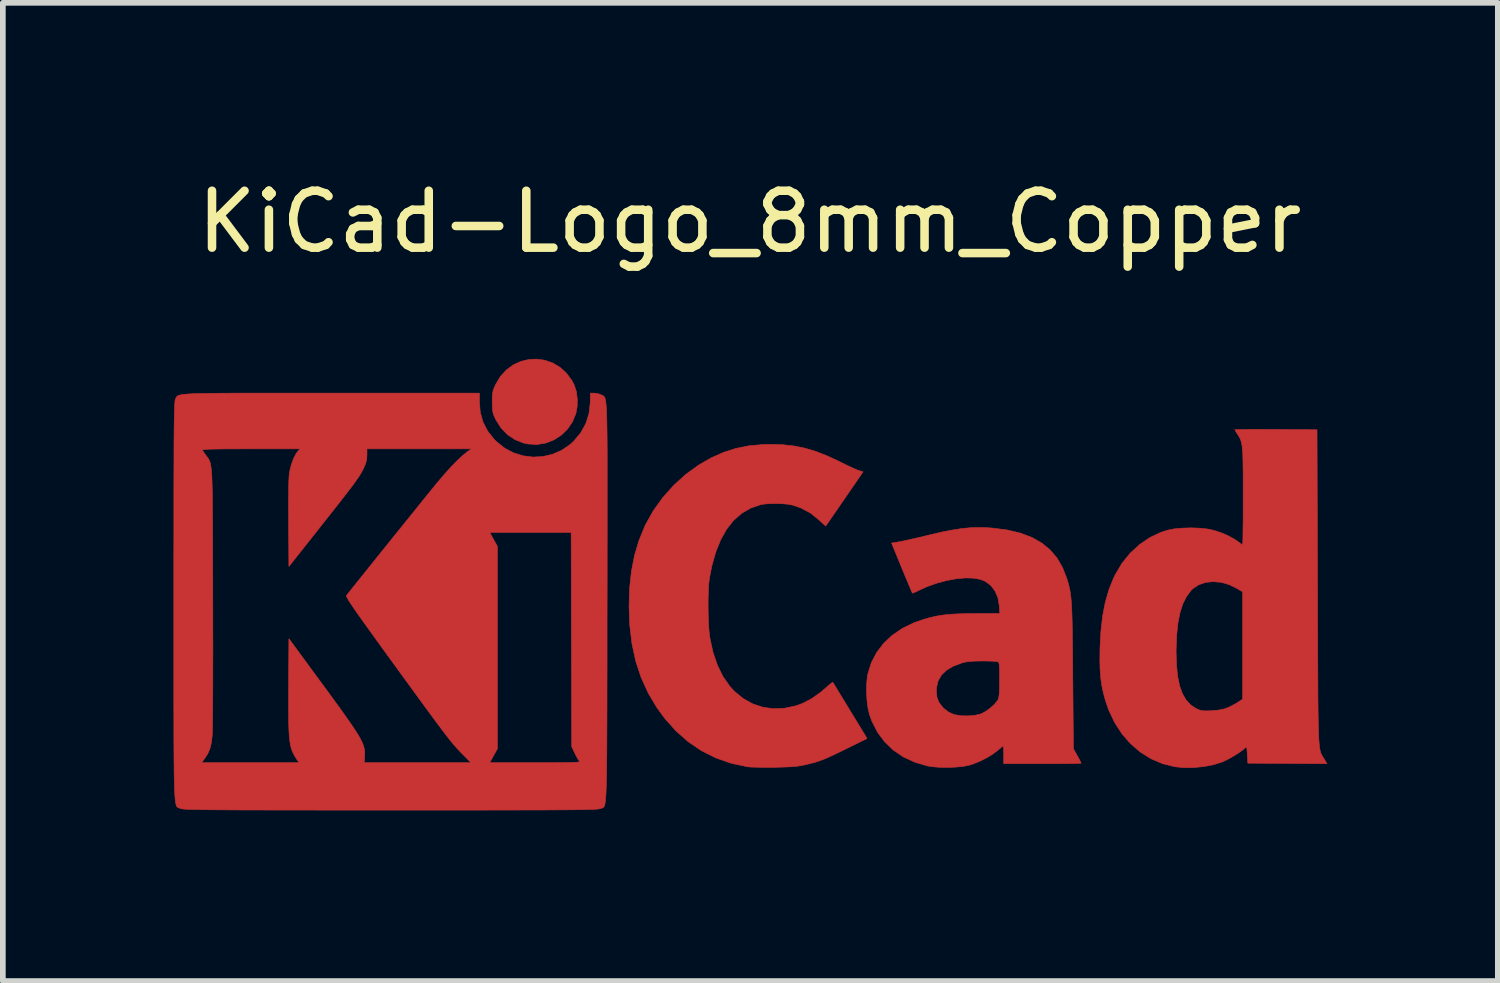
<source format=kicad_pcb>
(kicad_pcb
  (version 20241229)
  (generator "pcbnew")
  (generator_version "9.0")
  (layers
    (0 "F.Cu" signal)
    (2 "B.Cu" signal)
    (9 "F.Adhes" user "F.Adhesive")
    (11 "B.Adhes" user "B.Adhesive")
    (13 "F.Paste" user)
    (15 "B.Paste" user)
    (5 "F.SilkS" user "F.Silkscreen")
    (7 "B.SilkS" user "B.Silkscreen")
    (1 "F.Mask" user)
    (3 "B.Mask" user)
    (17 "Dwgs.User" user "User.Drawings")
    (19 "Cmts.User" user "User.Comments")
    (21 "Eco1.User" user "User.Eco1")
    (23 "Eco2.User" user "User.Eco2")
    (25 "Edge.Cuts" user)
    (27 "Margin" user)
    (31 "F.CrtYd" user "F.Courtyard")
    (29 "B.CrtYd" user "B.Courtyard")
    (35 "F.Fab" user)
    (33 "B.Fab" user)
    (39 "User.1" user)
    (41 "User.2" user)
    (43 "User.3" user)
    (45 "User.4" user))
  (footprint "KiCad-Logo_8mm_Copper"
    (layer "F.Cu")
    (at 10.129 7.198)
    (property "Reference" "KiCad-Logo_8mm_Copper" (at 0 -6.35 0) (layer "F.SilkS") (effects (font (size 1 1) (thickness 0.15))))
    (attr exclude_from_pos_files exclude_from_bom allow_missing_courtyard)
    (fp_poly (pts (xy -3.602 -3.916) (xy -3.466 -3.869) (xy -3.339 -3.794) (xy -3.226 -3.693) (xy -3.13 -3.564) (xy -3.087 -3.483) (xy -3.05 -3.37) (xy -3.032 -3.239) (xy -3.034 -3.105) (xy -3.056 -2.983) (xy -3.117 -2.834) (xy -3.205 -2.705) (xy -3.315 -2.598) (xy -3.444 -2.516) (xy -3.587 -2.461) (xy -3.739 -2.436) (xy -3.896 -2.444) (xy -3.973 -2.46) (xy -4.124 -2.519) (xy -4.258 -2.608) (xy -4.372 -2.726) (xy -4.463 -2.869) (xy -4.47 -2.885) (xy -4.497 -2.943) (xy -4.513 -2.993) (xy -4.522 -3.045) (xy -4.526 -3.111) (xy -4.527 -3.184) (xy -4.526 -3.271) (xy -4.521 -3.334) (xy -4.511 -3.385) (xy -4.492 -3.436) (xy -4.469 -3.487) (xy -4.384 -3.63) (xy -4.279 -3.745) (xy -4.158 -3.834) (xy -4.026 -3.895) (xy -3.886 -3.929) (xy -3.744 -3.936) (xy -3.602 -3.916)) (stroke (width 0.01) (type solid)) (fill yes) (layer "F.Cu"))
    (fp_poly (pts (xy 0.581 -2.431) (xy 0.777 -2.409) (xy 0.967 -2.371) (xy 1.158 -2.314) (xy 1.358 -2.236) (xy 1.576 -2.135) (xy 1.615 -2.115) (xy 1.705 -2.071) (xy 1.79 -2.031) (xy 1.861 -1.999) (xy 1.91 -1.979) (xy 1.918 -1.977) (xy 1.991 -1.955) (xy 1.665 -1.481) (xy 1.585 -1.365) (xy 1.512 -1.259) (xy 1.449 -1.167) (xy 1.397 -1.092) (xy 1.359 -1.038) (xy 1.339 -1.008) (xy 1.335 -1.003) (xy 1.322 -1.013) (xy 1.288 -1.043) (xy 1.24 -1.087) (xy 1.214 -1.112) (xy 1.065 -1.231) (xy 0.897 -1.321) (xy 0.753 -1.37) (xy 0.666 -1.386) (xy 0.558 -1.395) (xy 0.44 -1.398) (xy 0.326 -1.395) (xy 0.229 -1.385) (xy 0.19 -1.378) (xy 0.015 -1.317) (xy -0.143 -1.225) (xy -0.284 -1.102) (xy -0.407 -0.947) (xy -0.512 -0.76) (xy -0.599 -0.543) (xy -0.669 -0.294) (xy -0.71 -0.082) (xy -0.721 0.012) (xy -0.728 0.134) (xy -0.732 0.273) (xy -0.733 0.423) (xy -0.73 0.575) (xy -0.725 0.718) (xy -0.716 0.846) (xy -0.704 0.949) (xy -0.702 0.964) (xy -0.646 1.22) (xy -0.569 1.445) (xy -0.472 1.643) (xy -0.353 1.813) (xy -0.269 1.905) (xy -0.117 2.03) (xy 0.049 2.123) (xy 0.227 2.182) (xy 0.414 2.209) (xy 0.607 2.201) (xy 0.803 2.16) (xy 0.92 2.119) (xy 1.08 2.037) (xy 1.246 1.92) (xy 1.339 1.84) (xy 1.391 1.794) (xy 1.432 1.761) (xy 1.455 1.745) (xy 1.458 1.744) (xy 1.469 1.761) (xy 1.496 1.804) (xy 1.537 1.872) (xy 1.59 1.959) (xy 1.653 2.062) (xy 1.723 2.177) (xy 1.762 2.241) (xy 2.061 2.732) (xy 1.688 2.916) (xy 1.553 2.982) (xy 1.444 3.034) (xy 1.354 3.075) (xy 1.276 3.107) (xy 1.203 3.133) (xy 1.13 3.155) (xy 1.049 3.176) (xy 0.971 3.195) (xy 0.901 3.209) (xy 0.829 3.22) (xy 0.746 3.228) (xy 0.645 3.233) (xy 0.52 3.237) (xy 0.435 3.239) (xy 0.315 3.24) (xy 0.199 3.239) (xy 0.096 3.237) (xy 0.013 3.234) (xy -0.042 3.229) (xy -0.045 3.228) (xy -0.33 3.167) (xy -0.598 3.073) (xy -0.848 2.948) (xy -1.08 2.791) (xy -1.295 2.602) (xy -1.492 2.382) (xy -1.635 2.186) (xy -1.787 1.93) (xy -1.91 1.659) (xy -2.005 1.372) (xy -2.071 1.066) (xy -2.11 0.74) (xy -2.122 0.408) (xy -2.112 0.087) (xy -2.08 -0.209) (xy -2.026 -0.486) (xy -1.948 -0.747) (xy -1.845 -0.999) (xy -1.833 -1.025) (xy -1.697 -1.268) (xy -1.531 -1.5) (xy -1.338 -1.716) (xy -1.125 -1.91) (xy -0.894 -2.077) (xy -0.679 -2.2) (xy -0.462 -2.297) (xy -0.244 -2.366) (xy -0.018 -2.412) (xy 0.226 -2.434) (xy 0.372 -2.437) (xy 0.581 -2.431)) (stroke (width 0.01) (type solid)) (fill yes) (layer "F.Cu"))
    (fp_poly (pts (xy 9.042 -2.7) (xy 9.196 -2.699) (xy 9.248 -2.699) (xy 9.97 -2.694) (xy 9.979 0.073) (xy 9.98 0.448) (xy 9.981 0.788) (xy 9.982 1.096) (xy 9.983 1.373) (xy 9.984 1.621) (xy 9.985 1.841) (xy 9.986 2.036) (xy 9.988 2.206) (xy 9.99 2.354) (xy 9.993 2.482) (xy 9.996 2.592) (xy 9.999 2.684) (xy 10.003 2.761) (xy 10.008 2.825) (xy 10.013 2.877) (xy 10.02 2.92) (xy 10.027 2.954) (xy 10.035 2.982) (xy 10.044 3.005) (xy 10.055 3.026) (xy 10.066 3.045) (xy 10.079 3.066) (xy 10.093 3.089) (xy 10.096 3.093) (xy 10.144 3.175) (xy 8.754 3.166) (xy 8.745 3.013) (xy 8.74 2.94) (xy 8.735 2.898) (xy 8.728 2.881) (xy 8.717 2.884) (xy 8.709 2.894) (xy 8.67 2.929) (xy 8.608 2.975) (xy 8.531 3.025) (xy 8.447 3.074) (xy 8.365 3.117) (xy 8.302 3.145) (xy 8.155 3.192) (xy 7.986 3.225) (xy 7.808 3.243) (xy 7.633 3.245) (xy 7.474 3.229) (xy 7.472 3.229) (xy 7.254 3.174) (xy 7.05 3.087) (xy 6.863 2.97) (xy 6.693 2.824) (xy 6.542 2.651) (xy 6.414 2.453) (xy 6.309 2.232) (xy 6.252 2.068) (xy 6.215 1.931) (xy 6.187 1.799) (xy 6.168 1.663) (xy 6.157 1.514) (xy 6.153 1.347) (xy 6.155 1.209) (xy 7.493 1.209) (xy 7.5 1.439) (xy 7.52 1.637) (xy 7.554 1.805) (xy 7.603 1.943) (xy 7.668 2.055) (xy 7.748 2.142) (xy 7.842 2.204) (xy 7.89 2.227) (xy 7.932 2.24) (xy 7.979 2.247) (xy 8.042 2.247) (xy 8.11 2.245) (xy 8.243 2.233) (xy 8.349 2.21) (xy 8.382 2.198) (xy 8.458 2.164) (xy 8.538 2.121) (xy 8.572 2.1) (xy 8.663 2.041) (xy 8.663 0.155) (xy 8.563 0.095) (xy 8.424 0.027) (xy 8.282 -0.013) (xy 8.142 -0.025) (xy 8.009 -0.011) (xy 7.889 0.031) (xy 7.787 0.099) (xy 7.754 0.131) (xy 7.675 0.239) (xy 7.61 0.368) (xy 7.561 0.523) (xy 7.525 0.704) (xy 7.503 0.915) (xy 7.494 1.157) (xy 7.493 1.209) (xy 6.155 1.209) (xy 6.155 1.152) (xy 6.171 0.854) (xy 6.201 0.584) (xy 6.248 0.34) (xy 6.312 0.118) (xy 6.394 -0.087) (xy 6.424 -0.148) (xy 6.542 -0.347) (xy 6.684 -0.523) (xy 6.848 -0.674) (xy 7.029 -0.798) (xy 7.225 -0.891) (xy 7.343 -0.929) (xy 7.458 -0.952) (xy 7.597 -0.965) (xy 7.748 -0.97) (xy 7.898 -0.965) (xy 8.038 -0.951) (xy 8.15 -0.928) (xy 8.283 -0.885) (xy 8.412 -0.829) (xy 8.525 -0.767) (xy 8.585 -0.725) (xy 8.627 -0.693) (xy 8.656 -0.674) (xy 8.662 -0.671) (xy 8.664 -0.689) (xy 8.666 -0.739) (xy 8.668 -0.819) (xy 8.669 -0.924) (xy 8.671 -1.051) (xy 8.672 -1.197) (xy 8.672 -1.357) (xy 8.672 -1.521) (xy 8.672 -1.731) (xy 8.672 -1.908) (xy 8.67 -2.055) (xy 8.668 -2.176) (xy 8.665 -2.274) (xy 8.659 -2.353) (xy 8.652 -2.416) (xy 8.643 -2.467) (xy 8.631 -2.508) (xy 8.616 -2.543) (xy 8.598 -2.576) (xy 8.577 -2.61) (xy 8.574 -2.614) (xy 8.546 -2.658) (xy 8.529 -2.688) (xy 8.527 -2.694) (xy 8.545 -2.696) (xy 8.595 -2.698) (xy 8.673 -2.699) (xy 8.776 -2.7) (xy 8.9 -2.7) (xy 9.042 -2.7)) (stroke (width 0.01) (type solid)) (fill yes) (layer "F.Cu"))
    (fp_poly (pts (xy 4.186 -0.972) (xy 4.276 -0.965) (xy 4.533 -0.931) (xy 4.76 -0.877) (xy 4.96 -0.801) (xy 5.132 -0.703) (xy 5.278 -0.583) (xy 5.4 -0.44) (xy 5.497 -0.272) (xy 5.568 -0.091) (xy 5.586 -0.033) (xy 5.602 0.021) (xy 5.615 0.075) (xy 5.627 0.13) (xy 5.637 0.191) (xy 5.645 0.26) (xy 5.652 0.339) (xy 5.657 0.433) (xy 5.662 0.543) (xy 5.666 0.672) (xy 5.669 0.825) (xy 5.671 1.003) (xy 5.674 1.209) (xy 5.676 1.447) (xy 5.677 1.633) (xy 5.688 2.912) (xy 5.756 3.035) (xy 5.788 3.094) (xy 5.812 3.14) (xy 5.823 3.165) (xy 5.824 3.167) (xy 5.806 3.168) (xy 5.757 3.17) (xy 5.678 3.172) (xy 5.576 3.173) (xy 5.453 3.174) (xy 5.314 3.175) (xy 5.162 3.175) (xy 5.144 3.175) (xy 4.463 3.175) (xy 4.463 3.021) (xy 4.462 2.951) (xy 4.459 2.898) (xy 4.454 2.869) (xy 4.452 2.867) (xy 4.434 2.878) (xy 4.397 2.907) (xy 4.349 2.948) (xy 4.348 2.949) (xy 4.26 3.014) (xy 4.149 3.08) (xy 4.028 3.139) (xy 3.908 3.186) (xy 3.855 3.202) (xy 3.751 3.222) (xy 3.622 3.235) (xy 3.481 3.241) (xy 3.34 3.239) (xy 3.211 3.228) (xy 3.121 3.214) (xy 2.899 3.148) (xy 2.699 3.056) (xy 2.522 2.936) (xy 2.371 2.791) (xy 2.245 2.622) (xy 2.147 2.43) (xy 2.104 2.313) (xy 2.078 2.2) (xy 2.06 2.064) (xy 2.052 1.917) (xy 2.052 1.896) (xy 3.279 1.896) (xy 3.289 2.005) (xy 3.323 2.095) (xy 3.386 2.179) (xy 3.41 2.204) (xy 3.496 2.27) (xy 3.594 2.313) (xy 3.713 2.333) (xy 3.837 2.335) (xy 3.956 2.325) (xy 4.046 2.305) (xy 4.086 2.29) (xy 4.156 2.25) (xy 4.232 2.194) (xy 4.3 2.131) (xy 4.351 2.07) (xy 4.365 2.047) (xy 4.375 2.016) (xy 4.383 1.967) (xy 4.388 1.894) (xy 4.39 1.793) (xy 4.391 1.697) (xy 4.39 1.585) (xy 4.389 1.504) (xy 4.386 1.449) (xy 4.381 1.414) (xy 4.373 1.394) (xy 4.362 1.384) (xy 4.359 1.383) (xy 4.33 1.378) (xy 4.272 1.374) (xy 4.193 1.371) (xy 4.102 1.37) (xy 4.082 1.37) (xy 3.96 1.372) (xy 3.866 1.378) (xy 3.791 1.388) (xy 3.729 1.404) (xy 3.575 1.462) (xy 3.455 1.533) (xy 3.367 1.619) (xy 3.309 1.721) (xy 3.282 1.839) (xy 3.279 1.896) (xy 2.052 1.896) (xy 2.054 1.774) (xy 2.066 1.645) (xy 2.076 1.592) (xy 2.137 1.399) (xy 2.23 1.221) (xy 2.353 1.06) (xy 2.504 0.918) (xy 2.682 0.797) (xy 2.885 0.698) (xy 3.057 0.638) (xy 3.172 0.606) (xy 3.282 0.581) (xy 3.395 0.563) (xy 3.516 0.55) (xy 3.654 0.542) (xy 3.816 0.538) (xy 3.962 0.536) (xy 4.395 0.535) (xy 4.386 0.405) (xy 4.363 0.264) (xy 4.313 0.143) (xy 4.238 0.044) (xy 4.141 -0.029) (xy 4.056 -0.064) (xy 3.934 -0.086) (xy 3.789 -0.09) (xy 3.627 -0.075) (xy 3.455 -0.043) (xy 3.281 0.004) (xy 3.111 0.065) (xy 2.987 0.121) (xy 2.928 0.15) (xy 2.882 0.17) (xy 2.859 0.178) (xy 2.858 0.178) (xy 2.85 0.16) (xy 2.83 0.114) (xy 2.8 0.042) (xy 2.762 -0.049) (xy 2.717 -0.156) (xy 2.672 -0.265) (xy 2.492 -0.703) (xy 2.62 -0.724) (xy 2.676 -0.735) (xy 2.76 -0.753) (xy 2.864 -0.776) (xy 2.982 -0.803) (xy 3.107 -0.833) (xy 3.157 -0.845) (xy 3.372 -0.895) (xy 3.56 -0.932) (xy 3.728 -0.958) (xy 3.884 -0.973) (xy 4.034 -0.977) (xy 4.186 -0.972)) (stroke (width 0.01) (type solid)) (fill yes) (layer "F.Cu"))
    (fp_poly (pts (xy -7.87 -3.338) (xy -7.521 -3.338) (xy -7.358 -3.338) (xy -4.753 -3.338) (xy -4.753 -3.185) (xy -4.737 -2.998) (xy -4.688 -2.826) (xy -4.605 -2.667) (xy -4.488 -2.52) (xy -4.448 -2.481) (xy -4.306 -2.369) (xy -4.149 -2.287) (xy -3.982 -2.236) (xy -3.81 -2.214) (xy -3.637 -2.224) (xy -3.468 -2.263) (xy -3.308 -2.332) (xy -3.162 -2.432) (xy -3.096 -2.492) (xy -2.973 -2.639) (xy -2.883 -2.801) (xy -2.827 -2.976) (xy -2.805 -3.161) (xy -2.804 -3.18) (xy -2.803 -3.338) (xy -2.733 -3.338) (xy -2.671 -3.33) (xy -2.615 -3.309) (xy -2.611 -3.307) (xy -2.598 -3.301) (xy -2.587 -3.296) (xy -2.576 -3.29) (xy -2.566 -3.284) (xy -2.557 -3.274) (xy -2.549 -3.26) (xy -2.542 -3.239) (xy -2.536 -3.211) (xy -2.53 -3.174) (xy -2.525 -3.127) (xy -2.521 -3.067) (xy -2.517 -2.994) (xy -2.514 -2.906) (xy -2.512 -2.801) (xy -2.51 -2.678) (xy -2.508 -2.535) (xy -2.507 -2.372) (xy -2.506 -2.186) (xy -2.506 -1.976) (xy -2.506 -1.74) (xy -2.506 -1.477) (xy -2.506 -1.185) (xy -2.506 -0.864) (xy -2.507 -0.511) (xy -2.507 -0.124) (xy -2.508 0.297) (xy -2.508 0.348) (xy -2.509 0.771) (xy -2.509 1.16) (xy -2.509 1.516) (xy -2.51 1.839) (xy -2.51 2.133) (xy -2.511 2.398) (xy -2.512 2.635) (xy -2.513 2.847) (xy -2.514 3.034) (xy -2.516 3.199) (xy -2.517 3.342) (xy -2.52 3.466) (xy -2.523 3.571) (xy -2.526 3.66) (xy -2.53 3.733) (xy -2.534 3.793) (xy -2.539 3.84) (xy -2.545 3.877) (xy -2.551 3.904) (xy -2.558 3.924) (xy -2.566 3.937) (xy -2.575 3.946) (xy -2.585 3.951) (xy -2.596 3.955) (xy -2.608 3.958) (xy -2.621 3.963) (xy -2.624 3.964) (xy -2.634 3.967) (xy -2.651 3.97) (xy -2.676 3.973) (xy -2.71 3.976) (xy -2.756 3.978) (xy -2.814 3.98) (xy -2.886 3.982) (xy -2.973 3.983) (xy -3.078 3.985) (xy -3.201 3.986) (xy -3.343 3.987) (xy -3.507 3.988) (xy -3.694 3.989) (xy -3.905 3.989) (xy -4.141 3.99) (xy -4.405 3.99) (xy -4.697 3.991) (xy -5.019 3.991) (xy -5.373 3.991) (xy -5.759 3.991) (xy -6.18 3.991) (xy -6.316 3.991) (xy -6.747 3.991) (xy -7.142 3.991) (xy -7.504 3.991) (xy -7.835 3.99) (xy -8.134 3.99) (xy -8.405 3.99) (xy -8.649 3.989) (xy -8.866 3.989) (xy -9.059 3.988) (xy -9.229 3.987) (xy -9.378 3.986) (xy -9.506 3.985) (xy -9.616 3.983) (xy -9.709 3.982) (xy -9.786 3.98) (xy -9.848 3.978) (xy -9.899 3.976) (xy -9.937 3.974) (xy -9.967 3.971) (xy -9.987 3.968) (xy -10.001 3.965) (xy -10.009 3.962) (xy -10.023 3.956) (xy -10.035 3.952) (xy -10.046 3.948) (xy -10.057 3.942) (xy -10.066 3.934) (xy -10.075 3.92) (xy -10.082 3.901) (xy -10.089 3.874) (xy -10.095 3.839) (xy -10.101 3.793) (xy -10.105 3.734) (xy -10.109 3.663) (xy -10.112 3.576) (xy -10.115 3.473) (xy -10.118 3.352) (xy -10.119 3.211) (xy -10.12 3.157) (xy -9.636 3.157) (xy -7.924 3.157) (xy -7.957 3.107) (xy -7.99 3.056) (xy -8.018 3.007) (xy -8.041 2.957) (xy -8.06 2.903) (xy -8.075 2.841) (xy -8.086 2.768) (xy -8.095 2.68) (xy -8.101 2.574) (xy -8.105 2.447) (xy -8.106 2.294) (xy -8.107 2.114) (xy -8.106 1.902) (xy -8.106 1.823) (xy -8.101 0.978) (xy -7.566 1.707) (xy -7.414 1.913) (xy -7.283 2.093) (xy -7.17 2.249) (xy -7.075 2.383) (xy -6.996 2.497) (xy -6.931 2.594) (xy -6.88 2.676) (xy -6.84 2.746) (xy -6.811 2.806) (xy -6.791 2.858) (xy -6.778 2.905) (xy -6.771 2.949) (xy -6.769 2.992) (xy -6.77 3.038) (xy -6.77 3.043) (xy -6.776 3.157) (xy -4.901 3.157) (xy -5.04 3.016) (xy -5.078 2.978) (xy -5.114 2.94) (xy -5.15 2.902) (xy -5.186 2.86) (xy -5.226 2.814) (xy -5.27 2.76) (xy -5.32 2.696) (xy -5.377 2.622) (xy -5.443 2.534) (xy -5.521 2.43) (xy -5.61 2.309) (xy -5.713 2.169) (xy -5.832 2.006) (xy -5.967 1.82) (xy -6.121 1.609) (xy -6.247 1.435) (xy -6.406 1.217) (xy -6.544 1.026) (xy -6.663 0.86) (xy -6.765 0.719) (xy -6.85 0.599) (xy -6.92 0.5) (xy -6.976 0.419) (xy -7.019 0.355) (xy -7.051 0.305) (xy -7.072 0.269) (xy -7.085 0.243) (xy -7.09 0.227) (xy -7.088 0.218) (xy -7.071 0.196) (xy -7.032 0.148) (xy -6.976 0.077) (xy -6.904 -0.013) (xy -6.818 -0.12) (xy -6.721 -0.241) (xy -6.615 -0.373) (xy -6.502 -0.514) (xy -6.385 -0.659) (xy -6.266 -0.808) (xy -6.2 -0.889) (xy -4.571 -0.889) (xy -4.504 -0.767) (xy -4.436 -0.644) (xy -4.436 2.912) (xy -4.504 3.034) (xy -4.571 3.157) (xy -3.771 3.157) (xy -3.579 3.157) (xy -3.422 3.157) (xy -3.294 3.156) (xy -3.193 3.155) (xy -3.117 3.153) (xy -3.062 3.151) (xy -3.025 3.148) (xy -3.004 3.144) (xy -2.994 3.139) (xy -2.993 3.132) (xy -2.999 3.125) (xy -2.999 3.125) (xy -3.022 3.092) (xy -3.052 3.038) (xy -3.079 2.984) (xy -3.13 2.876) (xy -3.135 0.993) (xy -3.14 -0.889) (xy -4.571 -0.889) (xy -6.2 -0.889) (xy -6.147 -0.955) (xy -6.03 -1.1) (xy -5.918 -1.238) (xy -5.814 -1.368) (xy -5.719 -1.486) (xy -5.635 -1.589) (xy -5.566 -1.675) (xy -5.512 -1.74) (xy -5.481 -1.778) (xy -5.36 -1.92) (xy -5.244 -2.049) (xy -5.136 -2.159) (xy -5.04 -2.247) (xy -4.973 -2.301) (xy -4.893 -2.359) (xy -6.729 -2.359) (xy -6.729 -2.251) (xy -6.734 -2.172) (xy -6.753 -2.098) (xy -6.783 -2.029) (xy -6.802 -1.989) (xy -6.823 -1.95) (xy -6.847 -1.909) (xy -6.877 -1.863) (xy -6.914 -1.81) (xy -6.959 -1.746) (xy -7.016 -1.67) (xy -7.086 -1.579) (xy -7.17 -1.47) (xy -7.271 -1.341) (xy -7.391 -1.189) (xy -7.532 -1.011) (xy -7.547 -0.991) (xy -8.101 -0.291) (xy -8.106 -1.066) (xy -8.107 -1.299) (xy -8.107 -1.495) (xy -8.105 -1.657) (xy -8.103 -1.784) (xy -8.098 -1.878) (xy -8.093 -1.938) (xy -8.091 -1.95) (xy -8.061 -2.071) (xy -8.023 -2.18) (xy -7.979 -2.267) (xy -7.953 -2.304) (xy -7.907 -2.359) (xy -8.772 -2.359) (xy -8.978 -2.358) (xy -9.15 -2.358) (xy -9.291 -2.357) (xy -9.404 -2.355) (xy -9.49 -2.353) (xy -9.553 -2.35) (xy -9.594 -2.347) (xy -9.616 -2.342) (xy -9.623 -2.337) (xy -9.622 -2.336) (xy -9.604 -2.308) (xy -9.573 -2.264) (xy -9.558 -2.242) (xy -9.541 -2.22) (xy -9.526 -2.2) (xy -9.513 -2.181) (xy -9.502 -2.16) (xy -9.491 -2.135) (xy -9.482 -2.106) (xy -9.475 -2.068) (xy -9.468 -2.022) (xy -9.462 -1.964) (xy -9.457 -1.893) (xy -9.453 -1.806) (xy -9.45 -1.703) (xy -9.447 -1.58) (xy -9.445 -1.436) (xy -9.444 -1.27) (xy -9.443 -1.078) (xy -9.442 -0.86) (xy -9.441 -0.613) (xy -9.44 -0.335) (xy -9.439 -0.024) (xy -9.439 0.261) (xy -9.438 0.579) (xy -9.438 0.883) (xy -9.437 1.17) (xy -9.438 1.439) (xy -9.438 1.687) (xy -9.439 1.913) (xy -9.44 2.114) (xy -9.442 2.289) (xy -9.443 2.436) (xy -9.445 2.553) (xy -9.447 2.638) (xy -9.45 2.689) (xy -9.45 2.694) (xy -9.466 2.818) (xy -9.491 2.917) (xy -9.529 3.003) (xy -9.585 3.089) (xy -9.591 3.098) (xy -9.636 3.157) (xy -10.12 3.157) (xy -10.121 3.049) (xy -10.122 2.865) (xy -10.123 2.657) (xy -10.123 2.423) (xy -10.124 2.162) (xy -10.124 1.873) (xy -10.124 1.554) (xy -10.124 1.203) (xy -10.124 0.82) (xy -10.124 0.401) (xy -10.124 0.318) (xy -10.124 -0.104) (xy -10.124 -0.492) (xy -10.123 -0.847) (xy -10.123 -1.169) (xy -10.123 -1.462) (xy -10.123 -1.725) (xy -10.122 -1.961) (xy -10.121 -2.172) (xy -10.121 -2.357) (xy -10.12 -2.521) (xy -10.119 -2.662) (xy -10.117 -2.784) (xy -10.116 -2.887) (xy -10.114 -2.974) (xy -10.112 -3.045) (xy -10.11 -3.102) (xy -10.108 -3.146) (xy -10.105 -3.18) (xy -10.103 -3.204) (xy -10.1 -3.22) (xy -10.096 -3.23) (xy -10.096 -3.23) (xy -10.089 -3.245) (xy -10.084 -3.258) (xy -10.077 -3.27) (xy -10.069 -3.281) (xy -10.056 -3.29) (xy -10.037 -3.299) (xy -10.011 -3.306) (xy -9.976 -3.313) (xy -9.929 -3.318) (xy -9.87 -3.323) (xy -9.796 -3.327) (xy -9.705 -3.33) (xy -9.597 -3.332) (xy -9.469 -3.334) (xy -9.319 -3.336) (xy -9.146 -3.337) (xy -8.948 -3.338) (xy -8.723 -3.338) (xy -8.47 -3.338) (xy -8.186 -3.338) (xy -7.87 -3.338)) (stroke (width 0.01) (type solid)) (fill yes) (layer "F.Cu")))
  (gr_rect
    (start -3 -3)
    (end 23.277 14.194)
    (stroke (width 0.1) (type default))
    (fill no)
    (layer "Edge.Cuts")))
</source>
